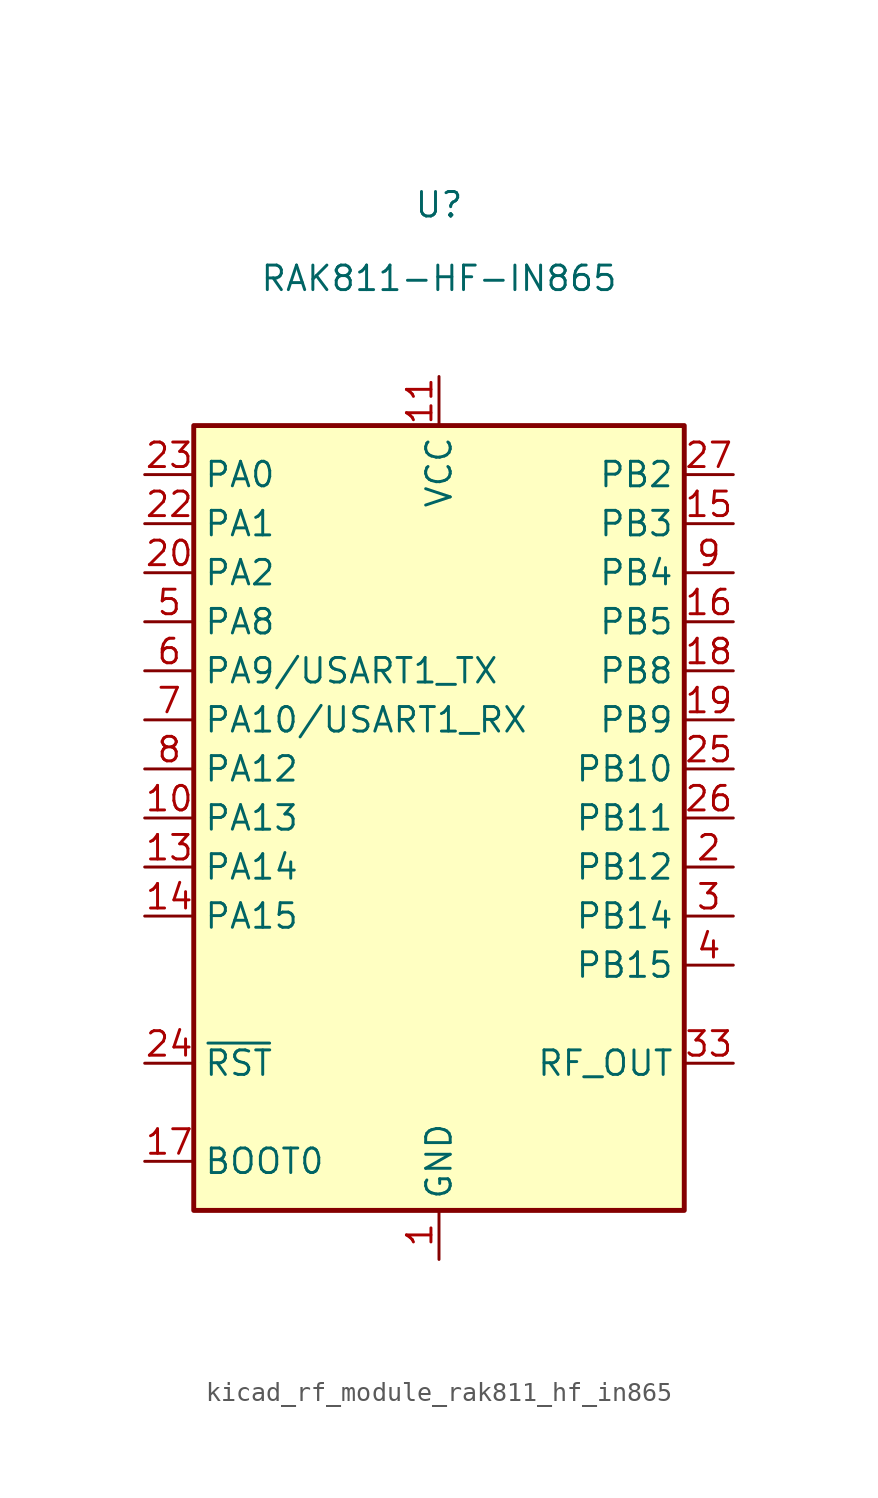
<source format=kicad_sym>
(kicad_symbol_lib
  (version 20220914)
  (generator kicad_symbol_editor)
  (symbol "kicad_rf_module_rak811_hf_in865"
    (property "Reference" "U"
      (at 0 31.75 0)
      (effects (font (size 1.27 1.27))))
    (property "Value" "RAK811-HF-IN865"
      (at 0 27.94 0)
      (effects (font (size 1.27 1.27))))
    (symbol "kicad_rf_module_rak811_hf_in865_0_0"
      (pin power_in line (at 0 -22.86 90) (length 2.54) (name "GND" (effects (font (size 1.27 1.27)))) (number "1" (effects (font (size 1.27 1.27)))))
      (pin bidirectional line (at -15.24 0 0) (length 2.54) (name "PA13" (effects (font (size 1.27 1.27)))) (number "10" (effects (font (size 1.27 1.27)))))
      (pin power_in line (at 0 22.86 270) (length 2.54) (name "VCC" (effects (font (size 1.27 1.27)))) (number "11" (effects (font (size 1.27 1.27)))))
      (pin passive line (at 0 -22.86 90) (length 2.54) hide (name "GND" (effects (font (size 1.27 1.27)))) (number "12" (effects (font (size 1.27 1.27)))))
      (pin bidirectional line (at -15.24 -2.54 0) (length 2.54) (name "PA14" (effects (font (size 1.27 1.27)))) (number "13" (effects (font (size 1.27 1.27)))))
      (pin bidirectional line (at -15.24 -5.08 0) (length 2.54) (name "PA15" (effects (font (size 1.27 1.27)))) (number "14" (effects (font (size 1.27 1.27)))))
      (pin bidirectional line (at 15.24 15.24 180) (length 2.54) (name "PB3" (effects (font (size 1.27 1.27)))) (number "15" (effects (font (size 1.27 1.27)))))
      (pin bidirectional line (at 15.24 10.16 180) (length 2.54) (name "PB5" (effects (font (size 1.27 1.27)))) (number "16" (effects (font (size 1.27 1.27)))))
      (pin input line (at -15.24 -17.78 0) (length 2.54) (name "BOOT0" (effects (font (size 1.27 1.27)))) (number "17" (effects (font (size 1.27 1.27)))))
      (pin bidirectional line (at 15.24 7.62 180) (length 2.54) (name "PB8" (effects (font (size 1.27 1.27)))) (number "18" (effects (font (size 1.27 1.27)))))
      (pin bidirectional line (at 15.24 5.08 180) (length 2.54) (name "PB9" (effects (font (size 1.27 1.27)))) (number "19" (effects (font (size 1.27 1.27)))))
      (pin bidirectional line (at 15.24 -2.54 180) (length 2.54) (name "PB12" (effects (font (size 1.27 1.27)))) (number "2" (effects (font (size 1.27 1.27)))))
      (pin bidirectional line (at -15.24 12.7 0) (length 2.54) (name "PA2" (effects (font (size 1.27 1.27)))) (number "20" (effects (font (size 1.27 1.27)))))
      (pin passive line (at 0 -22.86 90) (length 2.54) hide (name "GND" (effects (font (size 1.27 1.27)))) (number "21" (effects (font (size 1.27 1.27)))))
      (pin bidirectional line (at -15.24 15.24 0) (length 2.54) (name "PA1" (effects (font (size 1.27 1.27)))) (number "22" (effects (font (size 1.27 1.27)))))
      (pin bidirectional line (at -15.24 17.78 0) (length 2.54) (name "PA0" (effects (font (size 1.27 1.27)))) (number "23" (effects (font (size 1.27 1.27)))))
      (pin input line (at -15.24 -12.7 0) (length 2.54) (name "~{RST}" (effects (font (size 1.27 1.27)))) (number "24" (effects (font (size 1.27 1.27)))))
      (pin bidirectional line (at 15.24 2.54 180) (length 2.54) (name "PB10" (effects (font (size 1.27 1.27)))) (number "25" (effects (font (size 1.27 1.27)))))
      (pin bidirectional line (at 15.24 0 180) (length 2.54) (name "PB11" (effects (font (size 1.27 1.27)))) (number "26" (effects (font (size 1.27 1.27)))))
      (pin bidirectional line (at 15.24 17.78 180) (length 2.54) (name "PB2" (effects (font (size 1.27 1.27)))) (number "27" (effects (font (size 1.27 1.27)))))
      (pin passive line (at 0 -22.86 90) (length 2.54) hide (name "GND" (effects (font (size 1.27 1.27)))) (number "28" (effects (font (size 1.27 1.27)))))
      (pin passive line (at 0 -22.86 90) (length 2.54) hide (name "GND" (effects (font (size 1.27 1.27)))) (number "29" (effects (font (size 1.27 1.27)))))
      (pin bidirectional line (at 15.24 -5.08 180) (length 2.54) (name "PB14" (effects (font (size 1.27 1.27)))) (number "3" (effects (font (size 1.27 1.27)))))
      (pin passive line (at 0 -22.86 90) (length 2.54) hide (name "GND" (effects (font (size 1.27 1.27)))) (number "30" (effects (font (size 1.27 1.27)))))
      (pin passive line (at 0 -22.86 90) (length 2.54) hide (name "GND" (effects (font (size 1.27 1.27)))) (number "31" (effects (font (size 1.27 1.27)))))
      (pin passive line (at 0 -22.86 90) (length 2.54) hide (name "GND" (effects (font (size 1.27 1.27)))) (number "32" (effects (font (size 1.27 1.27)))))
      (pin passive line (at 15.24 -12.7 180) (length 2.54) (name "RF_OUT" (effects (font (size 1.27 1.27)))) (number "33" (effects (font (size 1.27 1.27)))))
      (pin passive line (at 0 -22.86 90) (length 2.54) hide (name "GND" (effects (font (size 1.27 1.27)))) (number "34" (effects (font (size 1.27 1.27)))))
      (pin bidirectional line (at 15.24 -7.62 180) (length 2.54) (name "PB15" (effects (font (size 1.27 1.27)))) (number "4" (effects (font (size 1.27 1.27)))))
      (pin bidirectional line (at -15.24 10.16 0) (length 2.54) (name "PA8" (effects (font (size 1.27 1.27)))) (number "5" (effects (font (size 1.27 1.27)))))
      (pin bidirectional line (at -15.24 7.62 0) (length 2.54) (name "PA9/USART1_TX" (effects (font (size 1.27 1.27)))) (number "6" (effects (font (size 1.27 1.27)))))
      (pin bidirectional line (at -15.24 5.08 0) (length 2.54) (name "PA10/USART1_RX" (effects (font (size 1.27 1.27)))) (number "7" (effects (font (size 1.27 1.27)))))
      (pin bidirectional line (at -15.24 2.54 0) (length 2.54) (name "PA12" (effects (font (size 1.27 1.27)))) (number "8" (effects (font (size 1.27 1.27)))))
      (pin bidirectional line (at 15.24 12.7 180) (length 2.54) (name "PB4" (effects (font (size 1.27 1.27)))) (number "9" (effects (font (size 1.27 1.27))))))
    (symbol "kicad_rf_module_rak811_hf_in865_0_1"
      (rectangle (start 12.7 -20.32) (end -12.7 20.32) (stroke (width 0.254) (type default)) (fill (type background))))))
</source>
